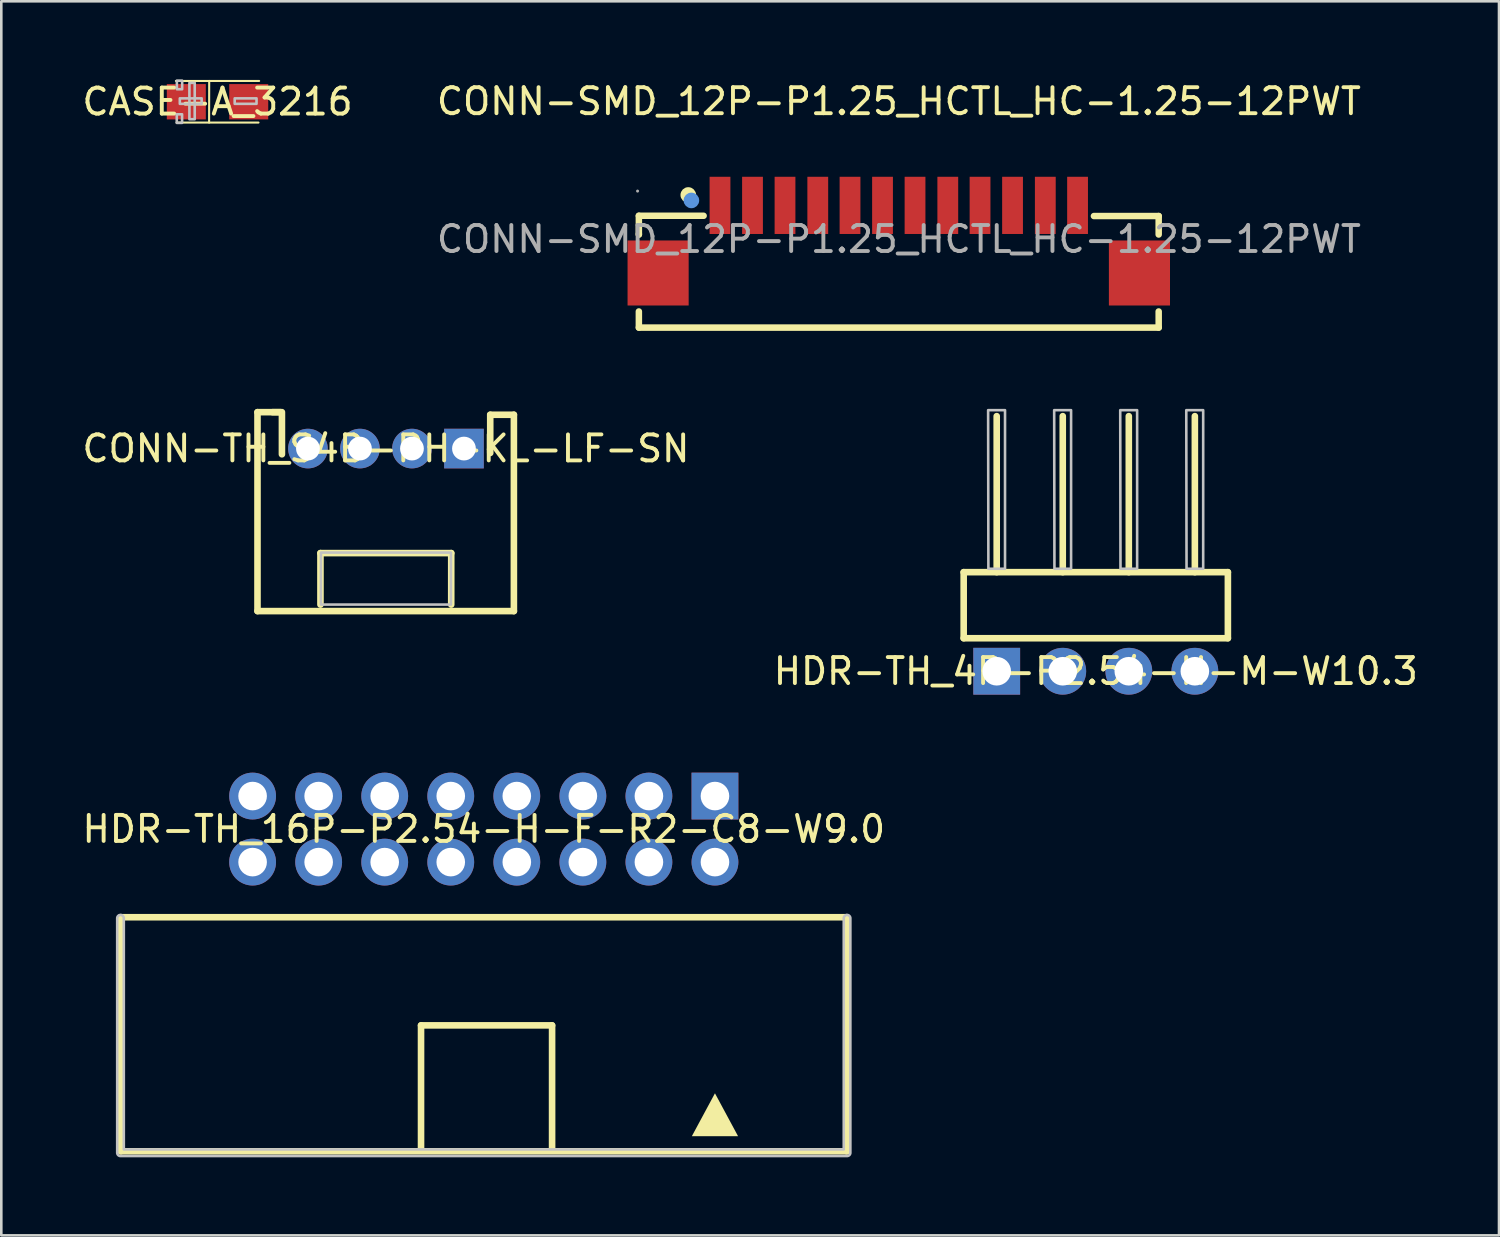
<source format=kicad_pcb>
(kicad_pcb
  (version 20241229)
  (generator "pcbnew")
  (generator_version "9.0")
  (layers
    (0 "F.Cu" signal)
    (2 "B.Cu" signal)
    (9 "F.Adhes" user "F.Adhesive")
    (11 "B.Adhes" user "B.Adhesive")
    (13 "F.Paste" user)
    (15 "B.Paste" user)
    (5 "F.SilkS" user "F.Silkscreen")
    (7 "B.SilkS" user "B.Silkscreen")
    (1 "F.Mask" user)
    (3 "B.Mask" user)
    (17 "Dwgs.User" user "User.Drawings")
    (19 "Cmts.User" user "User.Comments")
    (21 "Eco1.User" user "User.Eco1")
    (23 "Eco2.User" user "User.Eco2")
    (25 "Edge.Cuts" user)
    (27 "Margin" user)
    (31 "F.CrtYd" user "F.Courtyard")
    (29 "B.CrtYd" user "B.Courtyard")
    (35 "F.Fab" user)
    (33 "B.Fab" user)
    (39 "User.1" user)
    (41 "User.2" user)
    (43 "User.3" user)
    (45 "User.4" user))
  (footprint "HDR-TH_4P-P2.54-H-M-W10.3"
    (layer "F.Cu")
    (at 39.089 22.763)
    (property "Reference" "HDR-TH_4P-P2.54-H-M-W10.3" (at 0 0 0) (unlocked yes) (layer "F.SilkS") (effects (font (size 1 1) (thickness 0.15))))
    (fp_line (start -5.08 -3.81) (end 5.08 -3.81) (stroke (width 0.254) (type default)) (layer "F.SilkS"))
    (fp_line (start -5.08 -1.27) (end -5.08 -3.81) (stroke (width 0.254) (type default)) (layer "F.SilkS"))
    (fp_line (start -3.81 -3.81) (end -3.81 -9.81) (stroke (width 0.254) (type default)) (layer "F.SilkS"))
    (fp_line (start -1.27 -3.81) (end -1.27 -9.81) (stroke (width 0.254) (type default)) (layer "F.SilkS"))
    (fp_line (start 1.27 -3.81) (end 1.27 -9.81) (stroke (width 0.254) (type default)) (layer "F.SilkS"))
    (fp_line (start 3.81 -3.81) (end 3.81 -9.81) (stroke (width 0.254) (type default)) (layer "F.SilkS"))
    (fp_line (start 5.08 -3.81) (end 5.08 -1.27) (stroke (width 0.254) (type default)) (layer "F.SilkS"))
    (fp_line (start 5.08 -1.27) (end -5.08 -1.27) (stroke (width 0.254) (type default)) (layer "F.SilkS"))
    (fp_poly (pts (xy -4.14 -10.04) (xy -3.49 -10.04) (xy -3.49 -3.94) (xy -4.13 -3.94)) (stroke (width 0.1) (type default)) (fill no) (layer "Dwgs.User"))
    (fp_poly (pts (xy -1.6 -10.04) (xy -0.95 -10.04) (xy -0.95 -3.94) (xy -1.59 -3.94)) (stroke (width 0.1) (type default)) (fill no) (layer "Dwgs.User"))
    (fp_poly (pts (xy 0.94 -10.04) (xy 1.59 -10.04) (xy 1.59 -3.94) (xy 0.95 -3.94)) (stroke (width 0.1) (type default)) (fill no) (layer "Dwgs.User"))
    (fp_poly (pts (xy 3.48 -10.04) (xy 4.13 -10.04) (xy 4.13 -3.94) (xy 3.49 -3.94)) (stroke (width 0.1) (type default)) (fill no) (layer "Dwgs.User"))
    (fp_poly (pts (xy -4.13 -0.32) (xy -3.49 -0.32) (xy -3.49 0.32) (xy -4.13 0.32)) (stroke (width 0.1) (type default)) (fill no) (layer "User.1"))
    (fp_poly (pts (xy -4.13 0.32) (xy -3.49 0.32) (xy -3.49 -10.04) (xy -4.14 -10.04)) (stroke (width 0.1) (type default)) (fill no) (layer "User.1"))
    (fp_poly (pts (xy -1.59 -0.32) (xy -0.95 -0.32) (xy -0.95 0.32) (xy -1.59 0.32)) (stroke (width 0.1) (type default)) (fill no) (layer "User.1"))
    (fp_poly (pts (xy -1.59 0.32) (xy -0.95 0.32) (xy -0.95 -10.04) (xy -1.6 -10.04)) (stroke (width 0.1) (type default)) (fill no) (layer "User.1"))
    (fp_poly (pts (xy 0.95 -0.32) (xy 1.59 -0.32) (xy 1.59 0.32) (xy 0.95 0.32)) (stroke (width 0.1) (type default)) (fill no) (layer "User.1"))
    (fp_poly (pts (xy 0.95 0.32) (xy 1.59 0.32) (xy 1.59 -10.04) (xy 0.94 -10.04)) (stroke (width 0.1) (type default)) (fill no) (layer "User.1"))
    (fp_poly (pts (xy 3.49 -0.32) (xy 4.13 -0.32) (xy 4.13 0.32) (xy 3.49 0.32)) (stroke (width 0.1) (type default)) (fill no) (layer "User.1"))
    (fp_poly (pts (xy 3.49 0.32) (xy 4.13 0.32) (xy 4.13 -10.04) (xy 3.48 -10.04)) (stroke (width 0.1) (type default)) (fill no) (layer "User.1"))
    (fp_line (start -5.08 -3.81) (end 5.08 -3.81) (stroke (width 0.051) (type default)) (layer "User.2"))
    (fp_line (start -5.08 -1.27) (end -5.08 -3.81) (stroke (width 0.051) (type default)) (layer "User.2"))
    (fp_line (start 5.08 -3.81) (end 5.08 -1.27) (stroke (width 0.051) (type default)) (layer "User.2"))
    (fp_line (start 5.08 -1.27) (end -5.08 -1.27) (stroke (width 0.051) (type default)) (layer "User.2"))
    (fp_poly (pts (xy -5.02 0.32) (xy -5.038 0.278) (xy -5.08 0.26) (xy -5.122 0.278) (xy -5.14 0.32) (xy -5.122 0.362) (xy -5.08 0.38) (xy -5.038 0.362)) (stroke (width 0.1) (type default)) (fill no) (layer "User.3"))
    (pad "1" thru_hole rect (at -3.81 0) (size 1.8 1.8) (drill 1.1) (layers "*.Cu" "*.Mask"))
    (pad "2" thru_hole circle (at -1.27 0) (size 1.8 1.8) (drill 1.1) (layers "*.Cu" "*.Mask"))
    (pad "3" thru_hole circle (at 1.27 0) (size 1.8 1.8) (drill 1.1) (layers "*.Cu" "*.Mask"))
    (pad "4" thru_hole circle (at 3.81 0) (size 1.8 1.8) (drill 1.1) (layers "*.Cu" "*.Mask")))
  (footprint "CONN-TH_S4B-PH-KL-LF-SN"
    (layer "F.Cu")
    (at 11.792 14.2)
    (property "Reference" "CONN-TH_S4B-PH-KL-LF-SN" (at 0 0 0) (unlocked yes) (layer "F.SilkS") (effects (font (size 1 1) (thickness 0.15))))
    (fp_line (start -4.94 -1.4) (end -4.05 -1.4) (stroke (width 0.254) (type default)) (layer "F.SilkS"))
    (fp_line (start -4.94 6.25) (end -4.94 -1.4) (stroke (width 0.254) (type default)) (layer "F.SilkS"))
    (fp_line (start -4.05 -1.4) (end -4.36 -1.4) (stroke (width 0.254) (type default)) (layer "F.SilkS"))
    (fp_line (start -4 -1.4) (end -4 0.22) (stroke (width 0.254) (type default)) (layer "F.SilkS"))
    (fp_line (start -2.519 4.02) (end 2.51 4.02) (stroke (width 0.254) (type default)) (layer "F.SilkS"))
    (fp_line (start -2.519 6) (end -2.519 4.02) (stroke (width 0.254) (type default)) (layer "F.SilkS"))
    (fp_line (start 2.51 4.02) (end 2.51 6) (stroke (width 0.254) (type default)) (layer "F.SilkS"))
    (fp_line (start 4.01 -1.3) (end 4.92 -1.3) (stroke (width 0.254) (type default)) (layer "F.SilkS"))
    (fp_line (start 4.01 0.17) (end 4.01 -1.3) (stroke (width 0.254) (type default)) (layer "F.SilkS"))
    (fp_line (start 4.92 -1.3) (end 4.92 6.25) (stroke (width 0.254) (type default)) (layer "F.SilkS"))
    (fp_line (start 4.92 6.25) (end -4.94 6.25) (stroke (width 0.254) (type default)) (layer "F.SilkS"))
    (fp_poly (pts (xy 2.5 6) (xy 2.5 4) (xy -2.5 4) (xy -2.5 6)) (stroke (width 0.1) (type default)) (fill no) (layer "Dwgs.User"))
    (fp_poly (pts (xy -2.75 0.25) (xy -3.25 0.25) (xy -3.25 -0.25) (xy -2.75 -0.25)) (stroke (width 0.1) (type default)) (fill no) (layer "User.1"))
    (fp_poly (pts (xy -0.75 0.25) (xy -1.25 0.25) (xy -1.25 -0.25) (xy -0.75 -0.25)) (stroke (width 0.1) (type default)) (fill no) (layer "User.1"))
    (fp_poly (pts (xy 1.25 0.25) (xy 0.75 0.25) (xy 0.75 -0.25) (xy 1.25 -0.25)) (stroke (width 0.1) (type default)) (fill no) (layer "User.1"))
    (fp_poly (pts (xy 3.25 0.25) (xy 2.75 0.25) (xy 2.75 -0.25) (xy 3.25 -0.25)) (stroke (width 0.1) (type default)) (fill no) (layer "User.1"))
    (fp_line (start -4.95 -1.35) (end -4 -1.35) (stroke (width 0.051) (type default)) (layer "User.2"))
    (fp_line (start -4.95 6.25) (end -4.95 -1.35) (stroke (width 0.051) (type default)) (layer "User.2"))
    (fp_line (start -4 -1.35) (end -4 0.25) (stroke (width 0.051) (type default)) (layer "User.2"))
    (fp_line (start -4 0.25) (end 4 0.25) (stroke (width 0.051) (type default)) (layer "User.2"))
    (fp_line (start 4 -1.35) (end 4.95 -1.35) (stroke (width 0.051) (type default)) (layer "User.2"))
    (fp_line (start 4 0.25) (end 4 -1.35) (stroke (width 0.051) (type default)) (layer "User.2"))
    (fp_line (start 4.95 -1.35) (end 4.95 6.25) (stroke (width 0.051) (type default)) (layer "User.2"))
    (fp_line (start 4.95 6.25) (end -4.95 6.25) (stroke (width 0.051) (type default)) (layer "User.2"))
    (fp_poly (pts (xy 5.01 -1.35) (xy 4.992 -1.392) (xy 4.95 -1.41) (xy 4.908 -1.392) (xy 4.89 -1.35) (xy 4.908 -1.308) (xy 4.95 -1.29) (xy 4.992 -1.308)) (stroke (width 0.1) (type default)) (fill no) (layer "User.3"))
    (pad "1" thru_hole rect (at 3 0 180) (size 1.524 1.524) (drill 0.914) (layers "*.Cu" "*.Mask"))
    (pad "2" thru_hole circle (at 1 0 180) (size 1.524 1.524) (drill 0.914) (layers "*.Cu" "*.Mask"))
    (pad "3" thru_hole circle (at -1 0 180) (size 1.524 1.524) (drill 0.914) (layers "*.Cu" "*.Mask"))
    (pad "4" thru_hole circle (at -3 0 180) (size 1.524 1.524) (drill 0.914) (layers "*.Cu" "*.Mask")))
  (footprint "CONN-SMD_12P-P1.25_HCTL_HC-1.25-12PWT"
    (layer "F.Cu")
    (at 31.518 6.148)
    (property "Reference" "CONN-SMD_12P-P1.25_HCTL_HC-1.25-12PWT" (at 0 -5.3 0) (layer "F.SilkS") (effects (font (size 1 1) (thickness 0.15))))
    (attr smd)
    (fp_line (start -10 -0.9) (end -7.51 -0.9) (stroke (width 0.25) (type solid)) (layer "F.SilkS"))
    (fp_line (start -10 -0.18) (end -10 -0.9) (stroke (width 0.25) (type solid)) (layer "F.SilkS"))
    (fp_line (start -10 -0.18) (end -10 -0.2) (stroke (width 0.25) (type solid)) (layer "F.SilkS"))
    (fp_line (start -10 3.4) (end -10 2.78) (stroke (width 0.25) (type solid)) (layer "F.SilkS"))
    (fp_line (start 9.99 -0.89) (end 7.5 -0.89) (stroke (width 0.25) (type solid)) (layer "F.SilkS"))
    (fp_line (start 9.99 -0.18) (end 9.99 -0.89) (stroke (width 0.25) (type solid)) (layer "F.SilkS"))
    (fp_line (start 9.99 3.4) (end -10 3.4) (stroke (width 0.25) (type solid)) (layer "F.SilkS"))
    (fp_line (start 9.99 3.4) (end 9.99 2.78) (stroke (width 0.25) (type solid)) (layer "F.SilkS"))
    (fp_circle (center -8.1 -1.7) (end -7.95 -1.7) (stroke (width 0.3) (type solid)) (fill no) (layer "F.SilkS"))
    (fp_circle (center -7.98 -1.49) (end -7.83 -1.49) (stroke (width 0.3) (type solid)) (fill no) (layer "Cmts.User"))
    (fp_circle (center -10.05 -1.85) (end -10.02 -1.85) (stroke (width 0.06) (type solid)) (fill no) (layer "F.Fab"))
    (fp_text user "${REFERENCE}" (at 0 0 0) (layer "F.Fab") (effects (font (size 1 1) (thickness 0.15))))
    (pad "1" smd rect (at -6.88 -1.3) (size 0.8 2.2) (layers "F.Cu" "F.Mask" "F.Paste"))
    (pad "2" smd rect (at -5.63 -1.3) (size 0.8 2.2) (layers "F.Cu" "F.Mask" "F.Paste"))
    (pad "3" smd rect (at -4.38 -1.3) (size 0.8 2.2) (layers "F.Cu" "F.Mask" "F.Paste"))
    (pad "4" smd rect (at -3.12 -1.3) (size 0.8 2.2) (layers "F.Cu" "F.Mask" "F.Paste"))
    (pad "5" smd rect (at -1.88 -1.3) (size 0.8 2.2) (layers "F.Cu" "F.Mask" "F.Paste"))
    (pad "6" smd rect (at -0.63 -1.3) (size 0.8 2.2) (layers "F.Cu" "F.Mask" "F.Paste"))
    (pad "7" smd rect (at 0.62 -1.3) (size 0.8 2.2) (layers "F.Cu" "F.Mask" "F.Paste"))
    (pad "8" smd rect (at 1.88 -1.3) (size 0.8 2.2) (layers "F.Cu" "F.Mask" "F.Paste"))
    (pad "9" smd rect (at 3.12 -1.3) (size 0.8 2.2) (layers "F.Cu" "F.Mask" "F.Paste"))
    (pad "10" smd rect (at 4.37 -1.3) (size 0.8 2.2) (layers "F.Cu" "F.Mask" "F.Paste"))
    (pad "11" smd rect (at 5.63 -1.3) (size 0.8 2.2) (layers "F.Cu" "F.Mask" "F.Paste"))
    (pad "12" smd rect (at 6.87 -1.3) (size 0.8 2.2) (layers "F.Cu" "F.Mask" "F.Paste"))
    (pad "13" smd rect (at 9.25 1.3) (size 2.35 2.5) (layers "F.Cu" "F.Mask" "F.Paste"))
    (pad "14" smd rect (at -9.26 1.3) (size 2.35 2.5) (layers "F.Cu" "F.Mask" "F.Paste")))
  (footprint "CASE-A_3216"
    (layer "F.Cu")
    (at 5.315 0.863)
    (property "Reference" "CASE-A_3216" (at 0 0 0) (unlocked yes) (layer "F.SilkS") (effects (font (size 1 1) (thickness 0.15))))
    (fp_line (start -1.6 -0.8) (end 1.6 -0.8) (stroke (width 0.08) (type default)) (layer "F.SilkS"))
    (fp_line (start -1.575 0.8) (end 1.575 0.8) (stroke (width 0.08) (type default)) (layer "F.SilkS"))
    (fp_line (start -0.324 0.8) (end -0.32 -0.8) (stroke (width 0.08) (type default)) (layer "F.SilkS"))
    (fp_poly (pts (xy -1.563 -0.813) (xy -1.36 -0.813) (xy -1.36 -0.482) (xy -1.563 -0.482)) (stroke (width 0.1) (type default)) (fill no) (layer "Dwgs.User"))
    (fp_poly (pts (xy -1.363 0.813) (xy -1.567 0.813) (xy -1.567 0.482) (xy -1.363 0.482)) (stroke (width 0.1) (type default)) (fill no) (layer "Dwgs.User"))
    (fp_poly (pts (xy -1.081 -0.724) (xy -0.877 -0.724) (xy -0.877 0.673) (xy -1.081 0.673)) (stroke (width 0.1) (type default)) (fill no) (layer "Dwgs.User"))
    (fp_poly (pts (xy -0.61 -0.131) (xy -0.61 0.08) (xy -1.45 0.08) (xy -1.45 -0.131)) (stroke (width 0.1) (type default)) (fill no) (layer "Dwgs.User"))
    (fp_poly (pts (xy 1.5 -0.131) (xy 1.5 0.08) (xy 0.66 0.08) (xy 0.66 -0.131)) (stroke (width 0.1) (type default)) (fill no) (layer "Dwgs.User"))
    (fp_poly (pts (xy -0.8 -0.625) (xy -0.8 0.575) (xy -1.6 0.575) (xy -1.6 -0.625)) (stroke (width 0.1) (type default)) (fill no) (layer "User.1"))
    (fp_poly (pts (xy 1.6 -0.625) (xy 1.6 0.575) (xy 0.8 0.575) (xy 0.8 -0.625)) (stroke (width 0.1) (type default)) (fill no) (layer "User.1"))
    (fp_line (start -1.6 -0.8) (end 1.6 -0.8) (stroke (width 0.051) (type default)) (layer "User.2"))
    (fp_line (start -1.6 0.8) (end -1.6 -0.8) (stroke (width 0.051) (type default)) (layer "User.2"))
    (fp_line (start 1.6 -0.8) (end 1.6 0.8) (stroke (width 0.051) (type default)) (layer "User.2"))
    (fp_line (start 1.6 0.8) (end -1.6 0.8) (stroke (width 0.051) (type default)) (layer "User.2"))
    (fp_poly (pts (xy -1.54 0.8) (xy -1.558 0.758) (xy -1.6 0.74) (xy -1.642 0.758) (xy -1.66 0.8) (xy -1.642 0.842) (xy -1.6 0.86) (xy -1.558 0.842)) (stroke (width 0.1) (type default)) (fill no) (layer "User.3"))
    (pad "1" smd rect (at -1.2 0) (size 1.5 1.359) (layers "F.Cu" "F.Mask" "F.Paste"))
    (pad "2" smd rect (at 1.2 0) (size 1.5 1.359) (layers "F.Cu" "F.Mask" "F.Paste")))
  (footprint "HDR-TH_16P-P2.54-H-F-R2-C8-W9.0"
    (layer "F.Cu")
    (at 15.554 28.833)
    (property "Reference" "HDR-TH_16P-P2.54-H-F-R2-C8-W9.0" (at 0 0 0) (unlocked yes) (layer "F.SilkS") (effects (font (size 1 1) (thickness 0.15))))
    (fp_line (start -13.96 3.39) (end -13.96 12.39) (stroke (width 0.254) (type default)) (layer "F.SilkS"))
    (fp_line (start -13.96 3.39) (end 13.96 3.39) (stroke (width 0.254) (type default)) (layer "F.SilkS"))
    (fp_line (start -13.96 12.39) (end 13.96 12.39) (stroke (width 0.254) (type default)) (layer "F.SilkS"))
    (fp_line (start -2.413 7.549) (end 2.627 7.549) (stroke (width 0.254) (type default)) (layer "F.SilkS"))
    (fp_line (start -2.413 12.319) (end -2.413 7.549) (stroke (width 0.254) (type default)) (layer "F.SilkS"))
    (fp_line (start 2.627 7.549) (end 2.627 12.319) (stroke (width 0.254) (type default)) (layer "F.SilkS"))
    (fp_line (start 13.96 12.39) (end 13.96 3.39) (stroke (width 0.254) (type default)) (layer "F.SilkS"))
    (fp_poly (pts (xy 8.89 10.16) (xy 8.001 11.811) (xy 9.779 11.811)) (stroke (width 0) (type default)) (fill yes) (layer "F.SilkS"))
    (fp_poly (pts (arc (start -14.097 3.429) (mid -13.97 3.302) (end -13.843 3.429)) (xy -13.843 12.319) (xy 13.843 12.319) (arc (start 13.843 3.429) (mid 13.97 3.302) (end 14.097 3.429)) (arc (start 14.097 12.446) (mid 14.059803 12.535803) (end 13.97 12.573)) (arc (start -13.97 12.573) (mid -14.059803 12.535803) (end -14.097 12.446))) (stroke (width 0.1) (type default)) (fill no) (layer "Dwgs.User"))
    (fp_poly (pts (xy -9.21 -1.59) (xy -8.57 -1.59) (xy -8.57 -0.95) (xy -9.21 -0.95)) (stroke (width 0.1) (type default)) (fill no) (layer "User.1"))
    (fp_poly (pts (xy -9.21 -1.082) (xy -8.57 -1.082) (xy -8.57 3.5) (xy -9.21 3.5)) (stroke (width 0.1) (type default)) (fill no) (layer "User.1"))
    (fp_poly (pts (xy -9.21 0.95) (xy -8.57 0.95) (xy -8.57 1.59) (xy -9.21 1.59)) (stroke (width 0.1) (type default)) (fill no) (layer "User.1"))
    (fp_poly (pts (xy -6.67 -1.59) (xy -6.03 -1.59) (xy -6.03 -0.95) (xy -6.67 -0.95)) (stroke (width 0.1) (type default)) (fill no) (layer "User.1"))
    (fp_poly (pts (xy -6.67 -1.082) (xy -6.03 -1.082) (xy -6.03 3.5) (xy -6.67 3.5)) (stroke (width 0.1) (type default)) (fill no) (layer "User.1"))
    (fp_poly (pts (xy -6.67 0.95) (xy -6.03 0.95) (xy -6.03 1.59) (xy -6.67 1.59)) (stroke (width 0.1) (type default)) (fill no) (layer "User.1"))
    (fp_poly (pts (xy -4.13 -1.59) (xy -3.49 -1.59) (xy -3.49 -0.95) (xy -4.13 -0.95)) (stroke (width 0.1) (type default)) (fill no) (layer "User.1"))
    (fp_poly (pts (xy -4.13 -1.082) (xy -3.49 -1.082) (xy -3.49 3.5) (xy -4.13 3.5)) (stroke (width 0.1) (type default)) (fill no) (layer "User.1"))
    (fp_poly (pts (xy -4.13 0.95) (xy -3.49 0.95) (xy -3.49 1.59) (xy -4.13 1.59)) (stroke (width 0.1) (type default)) (fill no) (layer "User.1"))
    (fp_poly (pts (xy -1.59 -1.59) (xy -0.95 -1.59) (xy -0.95 -0.95) (xy -1.59 -0.95)) (stroke (width 0.1) (type default)) (fill no) (layer "User.1"))
    (fp_poly (pts (xy -1.59 -1.082) (xy -0.95 -1.082) (xy -0.95 3.5) (xy -1.59 3.5)) (stroke (width 0.1) (type default)) (fill no) (layer "User.1"))
    (fp_poly (pts (xy -1.59 0.95) (xy -0.95 0.95) (xy -0.95 1.59) (xy -1.59 1.59)) (stroke (width 0.1) (type default)) (fill no) (layer "User.1"))
    (fp_poly (pts (xy 0.95 -1.59) (xy 1.59 -1.59) (xy 1.59 -0.95) (xy 0.95 -0.95)) (stroke (width 0.1) (type default)) (fill no) (layer "User.1"))
    (fp_poly (pts (xy 0.95 -1.082) (xy 1.59 -1.082) (xy 1.59 3.5) (xy 0.95 3.5)) (stroke (width 0.1) (type default)) (fill no) (layer "User.1"))
    (fp_poly (pts (xy 0.95 0.95) (xy 1.59 0.95) (xy 1.59 1.59) (xy 0.95 1.59)) (stroke (width 0.1) (type default)) (fill no) (layer "User.1"))
    (fp_poly (pts (xy 3.49 -1.59) (xy 4.13 -1.59) (xy 4.13 -0.95) (xy 3.49 -0.95)) (stroke (width 0.1) (type default)) (fill no) (layer "User.1"))
    (fp_poly (pts (xy 3.49 -1.082) (xy 4.13 -1.082) (xy 4.13 3.5) (xy 3.49 3.5)) (stroke (width 0.1) (type default)) (fill no) (layer "User.1"))
    (fp_poly (pts (xy 3.49 0.95) (xy 4.13 0.95) (xy 4.13 1.59) (xy 3.49 1.59)) (stroke (width 0.1) (type default)) (fill no) (layer "User.1"))
    (fp_poly (pts (xy 6.03 -1.59) (xy 6.67 -1.59) (xy 6.67 -0.95) (xy 6.03 -0.95)) (stroke (width 0.1) (type default)) (fill no) (layer "User.1"))
    (fp_poly (pts (xy 6.03 -1.082) (xy 6.67 -1.082) (xy 6.67 3.5) (xy 6.03 3.5)) (stroke (width 0.1) (type default)) (fill no) (layer "User.1"))
    (fp_poly (pts (xy 6.03 0.95) (xy 6.67 0.95) (xy 6.67 1.59) (xy 6.03 1.59)) (stroke (width 0.1) (type default)) (fill no) (layer "User.1"))
    (fp_poly (pts (xy 8.57 -1.59) (xy 9.21 -1.59) (xy 9.21 -0.95) (xy 8.57 -0.95)) (stroke (width 0.1) (type default)) (fill no) (layer "User.1"))
    (fp_poly (pts (xy 8.57 -1.082) (xy 9.21 -1.082) (xy 9.21 3.5) (xy 8.57 3.5)) (stroke (width 0.1) (type default)) (fill no) (layer "User.1"))
    (fp_poly (pts (xy 8.57 0.95) (xy 9.21 0.95) (xy 9.21 1.59) (xy 8.57 1.59)) (stroke (width 0.1) (type default)) (fill no) (layer "User.1"))
    (fp_line (start -13.96 3.39) (end 13.96 3.39) (stroke (width 0.051) (type default)) (layer "User.2"))
    (fp_line (start -13.96 12.39) (end -13.96 3.39) (stroke (width 0.051) (type default)) (layer "User.2"))
    (fp_line (start 13.96 3.39) (end 13.96 12.39) (stroke (width 0.051) (type default)) (layer "User.2"))
    (fp_line (start 13.96 12.39) (end -13.96 12.39) (stroke (width 0.051) (type default)) (layer "User.2"))
    (fp_poly (pts (xy 14.02 -1.59) (xy 14.002 -1.632) (xy 13.96 -1.65) (xy 13.918 -1.632) (xy 13.9 -1.59) (xy 13.918 -1.548) (xy 13.96 -1.53) (xy 14.002 -1.548)) (stroke (width 0.1) (type default)) (fill no) (layer "User.3"))
    (pad "1" thru_hole rect (at 8.89 -1.27) (size 1.8 1.8) (drill 1.1) (layers "*.Cu" "*.Mask"))
    (pad "2" thru_hole circle (at 8.89 1.27) (size 1.8 1.8) (drill 1.1) (layers "*.Cu" "*.Mask"))
    (pad "3" thru_hole circle (at 6.35 -1.27) (size 1.8 1.8) (drill 1.1) (layers "*.Cu" "*.Mask"))
    (pad "4" thru_hole circle (at 6.35 1.27) (size 1.8 1.8) (drill 1.1) (layers "*.Cu" "*.Mask"))
    (pad "5" thru_hole circle (at 3.81 -1.27) (size 1.8 1.8) (drill 1.1) (layers "*.Cu" "*.Mask"))
    (pad "6" thru_hole circle (at 3.81 1.27) (size 1.8 1.8) (drill 1.1) (layers "*.Cu" "*.Mask"))
    (pad "7" thru_hole circle (at 1.27 -1.27) (size 1.8 1.8) (drill 1.1) (layers "*.Cu" "*.Mask"))
    (pad "8" thru_hole circle (at 1.27 1.27) (size 1.8 1.8) (drill 1.1) (layers "*.Cu" "*.Mask"))
    (pad "9" thru_hole circle (at -1.27 -1.27) (size 1.8 1.8) (drill 1.1) (layers "*.Cu" "*.Mask"))
    (pad "10" thru_hole circle (at -1.27 1.27) (size 1.8 1.8) (drill 1.1) (layers "*.Cu" "*.Mask"))
    (pad "11" thru_hole circle (at -3.81 -1.27) (size 1.8 1.8) (drill 1.1) (layers "*.Cu" "*.Mask"))
    (pad "12" thru_hole circle (at -3.81 1.27) (size 1.8 1.8) (drill 1.1) (layers "*.Cu" "*.Mask"))
    (pad "13" thru_hole circle (at -6.35 -1.27) (size 1.8 1.8) (drill 1.1) (layers "*.Cu" "*.Mask"))
    (pad "14" thru_hole circle (at -6.35 1.27) (size 1.8 1.8) (drill 1.1) (layers "*.Cu" "*.Mask"))
    (pad "15" thru_hole circle (at -8.89 -1.27) (size 1.8 1.8) (drill 1.1) (layers "*.Cu" "*.Mask"))
    (pad "16" thru_hole circle (at -8.89 1.27) (size 1.8 1.8) (drill 1.1) (layers "*.Cu" "*.Mask")))
  (gr_rect
    (start -3 -3)
    (end 54.595 44.456)
    (stroke (width 0.1) (type default))
    (fill no)
    (layer "Edge.Cuts")))
</source>
